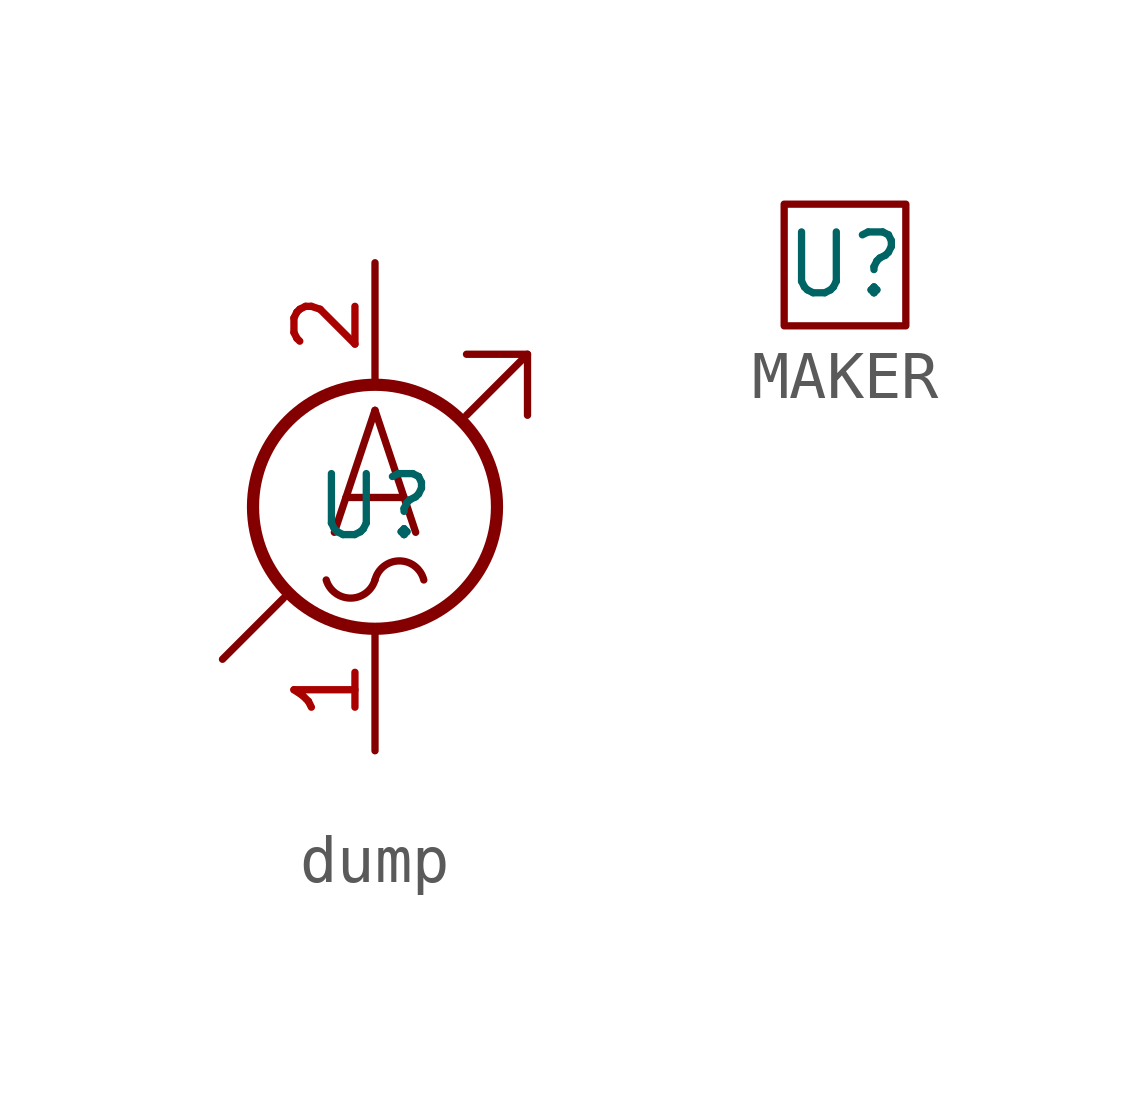
<source format=kicad_sym>
(kicad_symbol_lib
  (version 20241209)
  (generator "kicad_symbol_editor")
  (generator_version "9.0")
  (symbol "dump"
    (property "Reference" "U"
      (at 0 0 0)
      (effects (font (size 1.27 1.27))))
    (property "Value" ""
      (at 0 0 0)
      (effects (font (size 1.27 1.27))))
    (symbol "dump_0_0"
      (polyline (pts (xy -3.175 -3.175) (xy -1.905 -1.905)) (stroke (width 0) (type default)) (fill (type none)))
      (polyline (pts (xy 1.905 3.175) (xy 3.175 3.175) (xy 3.175 1.905)) (stroke (width 0) (type default)) (fill (type none)))
      (polyline (pts (xy 1.905 1.905) (xy 3.175 3.175)) (stroke (width 0) (type default)) (fill (type none)))
      (text "A" (at 0 0.635 0) (effects (font (size 2.54 2.54)))))
    (symbol "dump_0_1"
      (arc (start 0 -1.524) (mid -0.508 -1.902) (end -1.016 -1.524) (stroke (width 0) (type default)) (fill (type none)))
      (circle (center 0 0) (radius 2.54) (stroke (width 0.254) (type default)) (fill (type none)))
      (arc (start 0 -1.524) (mid 0.508 -1.1274) (end 1.016 -1.524) (stroke (width 0) (type default)) (fill (type none))))
    (symbol "dump_1_1"
      (pin passive line (at 0 5.08 270) (length 2.54) (name "~" (effects (font (size 1.27 1.27)))) (number "2" (effects (font (size 1.27 1.27)))))
      (pin passive line (at 0 -5.08 90) (length 2.54) (name "~" (effects (font (size 1.27 1.27)))) (number "1" (effects (font (size 1.27 1.27)))))))
  (symbol "MAKER"
    (property "Reference" "U"
      (at 0 0 0)
      (effects (font (size 1.27 1.27))))
    (property "Value" ""
      (at 0 0 0)
      (effects (font (size 1.27 1.27))))
    (symbol "MAKER_0_1"
      (rectangle (start -1.27 1.27) (end 1.27 -1.27) (stroke (width 0) (type default)) (fill (type none))))))
</source>
